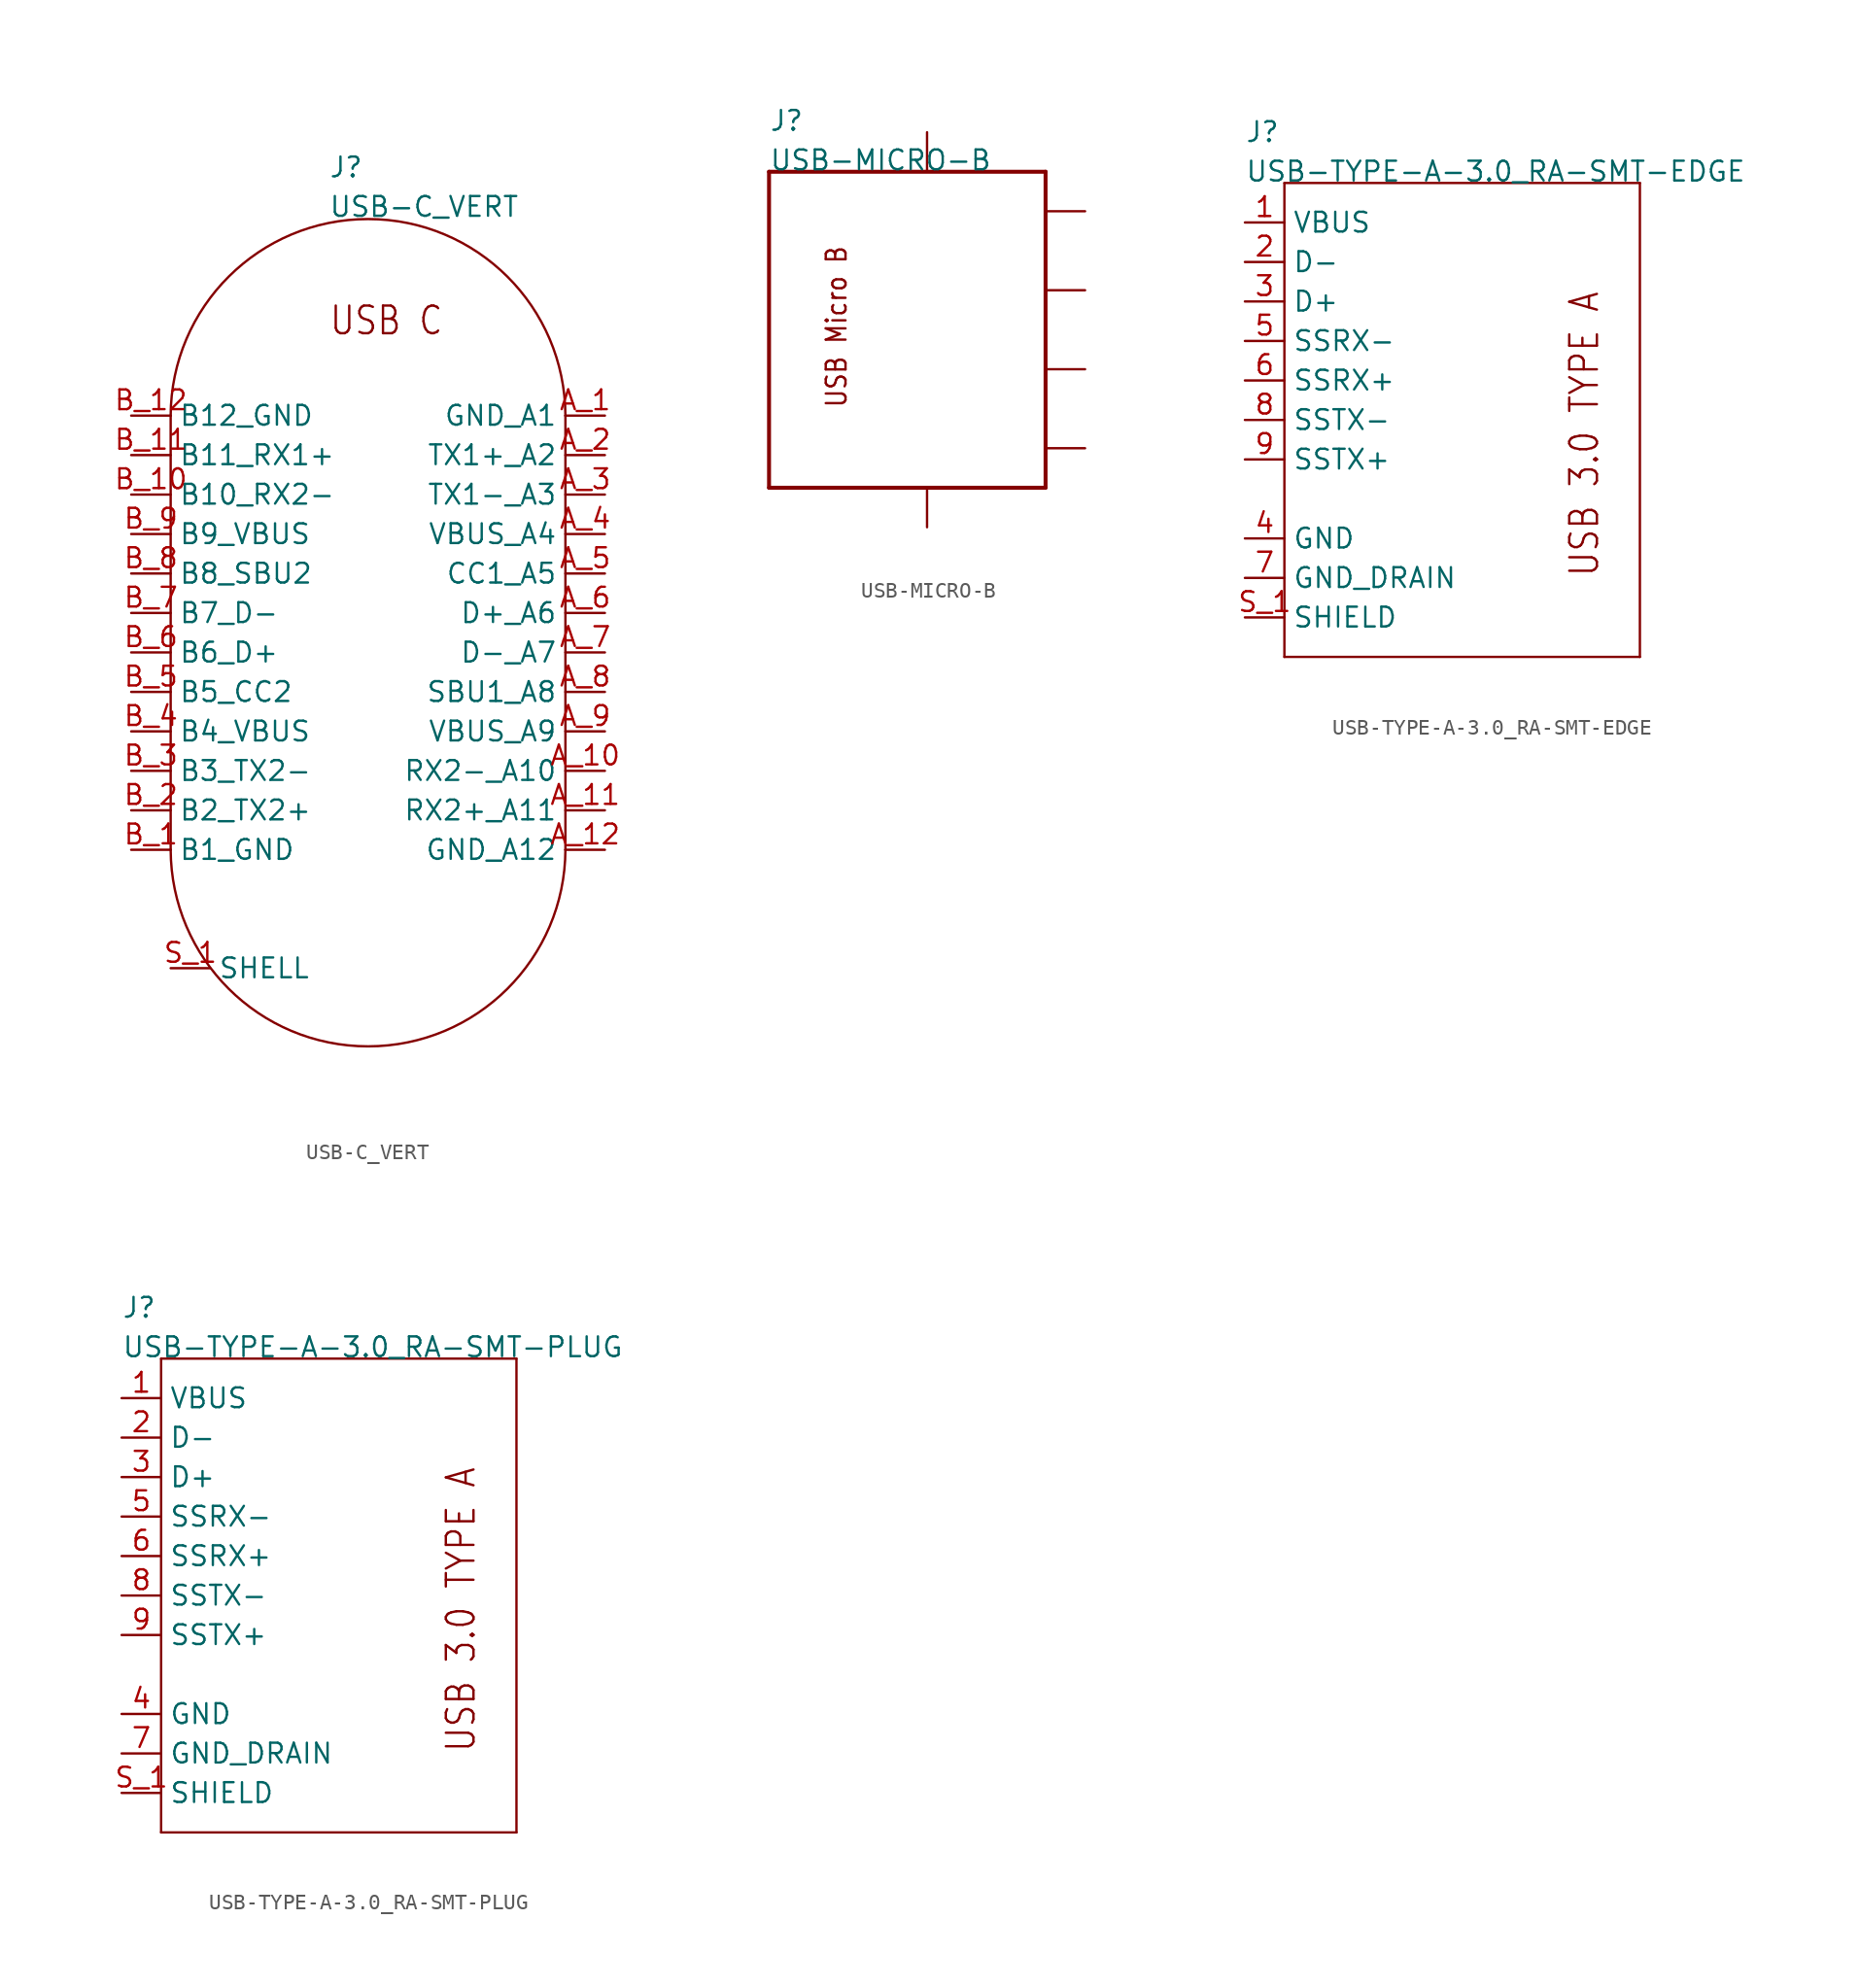
<source format=kicad_sym>
(kicad_symbol_lib
  (version 20211014)
  (generator kicad_symbol_editor)
  (symbol "USB-C_VERT"
    (pin_names)
    (property "Reference" "J"
      (at -2.54 27.94 0)
      (effects (font (size 1.27 1.27)) (justify left bottom)))
    (property "Value" "USB-C_VERT"
      (at -2.54 25.4 0)
      (effects (font (size 1.27 1.27)) (justify left bottom)))
    (property "Datasheet" ""
      (at 0 0 0))
    (property "ki_fp_filters" "FlashPCB_Connectors:USB-C_VERT_ASS_AUSB1-DFN-HSR4"
      (at 0 0 0))
    (symbol "USB-C_VERT_1_1"
      (text "USB C" (at -2.54 17.78 0) (effects (font (size 1.778 1.52)) (justify left bottom)))
      (polyline (pts (xy -12.7 12.7) (xy -12.7 -15.24)) (stroke (width 0.152)) (fill (type none)))
      (arc (start -12.7 -15.24) (mid 0 -27.939999999999998) (end 12.7 -15.24) (stroke (width 0.1524) (type default)) (fill (type none)))
      (polyline (pts (xy 12.7 -15.24) (xy 12.7 12.7)) (stroke (width 0.152)) (fill (type none)))
      (arc (start 12.7 12.7) (mid 0 25.4) (end -12.7 12.7) (stroke (width 0.1524) (type default)) (fill (type none)))
      (pin bidirectional line (at 15.24 12.7 180) (length 2.54) (name "GND_A1" (effects (font (size 1.27 1.27)))) (number "A_1" (effects (font (size 1.27 1.27)))))
      (pin bidirectional line (at 15.24 10.16 180) (length 2.54) (name "TX1+_A2" (effects (font (size 1.27 1.27)))) (number "A_2" (effects (font (size 1.27 1.27)))))
      (pin bidirectional line (at 15.24 7.62 180) (length 2.54) (name "TX1-_A3" (effects (font (size 1.27 1.27)))) (number "A_3" (effects (font (size 1.27 1.27)))))
      (pin bidirectional line (at 15.24 5.08 180) (length 2.54) (name "VBUS_A4" (effects (font (size 1.27 1.27)))) (number "A_4" (effects (font (size 1.27 1.27)))))
      (pin bidirectional line (at 15.24 2.54 180) (length 2.54) (name "CC1_A5" (effects (font (size 1.27 1.27)))) (number "A_5" (effects (font (size 1.27 1.27)))))
      (pin bidirectional line (at 15.24 0 180) (length 2.54) (name "D+_A6" (effects (font (size 1.27 1.27)))) (number "A_6" (effects (font (size 1.27 1.27)))))
      (pin bidirectional line (at 15.24 -2.54 180) (length 2.54) (name "D-_A7" (effects (font (size 1.27 1.27)))) (number "A_7" (effects (font (size 1.27 1.27)))))
      (pin bidirectional line (at 15.24 -5.08 180) (length 2.54) (name "SBU1_A8" (effects (font (size 1.27 1.27)))) (number "A_8" (effects (font (size 1.27 1.27)))))
      (pin bidirectional line (at 15.24 -7.62 180) (length 2.54) (name "VBUS_A9" (effects (font (size 1.27 1.27)))) (number "A_9" (effects (font (size 1.27 1.27)))))
      (pin bidirectional line (at 15.24 -10.16 180) (length 2.54) (name "RX2-_A10" (effects (font (size 1.27 1.27)))) (number "A_10" (effects (font (size 1.27 1.27)))))
      (pin bidirectional line (at 15.24 -12.7 180) (length 2.54) (name "RX2+_A11" (effects (font (size 1.27 1.27)))) (number "A_11" (effects (font (size 1.27 1.27)))))
      (pin bidirectional line (at 15.24 -15.24 180) (length 2.54) (name "GND_A12" (effects (font (size 1.27 1.27)))) (number "A_12" (effects (font (size 1.27 1.27)))))
      (pin bidirectional line (at -15.24 -15.24 0) (length 2.54) (name "B1_GND" (effects (font (size 1.27 1.27)))) (number "B_1" (effects (font (size 1.27 1.27)))))
      (pin bidirectional line (at -15.24 -12.7 0) (length 2.54) (name "B2_TX2+" (effects (font (size 1.27 1.27)))) (number "B_2" (effects (font (size 1.27 1.27)))))
      (pin bidirectional line (at -15.24 -10.16 0) (length 2.54) (name "B3_TX2-" (effects (font (size 1.27 1.27)))) (number "B_3" (effects (font (size 1.27 1.27)))))
      (pin bidirectional line (at -15.24 -7.62 0) (length 2.54) (name "B4_VBUS" (effects (font (size 1.27 1.27)))) (number "B_4" (effects (font (size 1.27 1.27)))))
      (pin bidirectional line (at -15.24 -5.08 0) (length 2.54) (name "B5_CC2" (effects (font (size 1.27 1.27)))) (number "B_5" (effects (font (size 1.27 1.27)))))
      (pin bidirectional line (at -15.24 -2.54 0) (length 2.54) (name "B6_D+" (effects (font (size 1.27 1.27)))) (number "B_6" (effects (font (size 1.27 1.27)))))
      (pin bidirectional line (at -15.24 0 0) (length 2.54) (name "B7_D-" (effects (font (size 1.27 1.27)))) (number "B_7" (effects (font (size 1.27 1.27)))))
      (pin bidirectional line (at -15.24 2.54 0) (length 2.54) (name "B8_SBU2" (effects (font (size 1.27 1.27)))) (number "B_8" (effects (font (size 1.27 1.27)))))
      (pin bidirectional line (at -15.24 5.08 0) (length 2.54) (name "B9_VBUS" (effects (font (size 1.27 1.27)))) (number "B_9" (effects (font (size 1.27 1.27)))))
      (pin bidirectional line (at -15.24 7.62 0) (length 2.54) (name "B10_RX2-" (effects (font (size 1.27 1.27)))) (number "B_10" (effects (font (size 1.27 1.27)))))
      (pin bidirectional line (at -15.24 10.16 0) (length 2.54) (name "B11_RX1+" (effects (font (size 1.27 1.27)))) (number "B_11" (effects (font (size 1.27 1.27)))))
      (pin bidirectional line (at -15.24 12.7 0) (length 2.54) (name "B12_GND" (effects (font (size 1.27 1.27)))) (number "B_12" (effects (font (size 1.27 1.27)))))
      (pin bidirectional line (at -12.7 -22.86 0) (length 2.54) (name "SHELL" (effects (font (size 1.27 1.27)))) (number "S_1" (effects (font (size 1.27 1.27)))))
      (pin bidirectional line (at -12.7 -22.86 0) (length 2.54) hide (name "SHELL" (effects (font (size 1.27 1.27)))) (number "S_2" (effects (font (size 1.27 1.27)))))
      (pin bidirectional line (at -12.7 -22.86 0) (length 2.54) hide (name "SHELL" (effects (font (size 1.27 1.27)))) (number "S_3" (effects (font (size 1.27 1.27)))))
      (pin bidirectional line (at -12.7 -22.86 0) (length 2.54) hide (name "SHELL" (effects (font (size 1.27 1.27)))) (number "S_4" (effects (font (size 1.27 1.27)))))))
  (symbol "USB-MICRO-B"
    (pin_names hide)
    (property "Reference" "J"
      (at -12.7 12.7 0)
      (effects (font (size 1.27 1.27)) (justify left bottom)))
    (property "Value" "USB-MICRO-B"
      (at -12.7 10.16 0)
      (effects (font (size 1.27 1.27)) (justify left bottom)))
    (property "Datasheet" ""
      (at 0 0 0))
    (property "ki_fp_filters" "FlashPCB_Connectors:USB-MICRO-B-SMT-RA-AMPH-10118192-0001LF"
      (at 0 0 0))
    (symbol "USB-MICRO-B_1_1"
      (text "USB Micro B" (at -7.62 -5.08 900) (effects (font (size 1.27 1.086)) (justify left bottom)))
      (polyline (pts (xy 5.08 10.16) (xy -12.7 10.16)) (stroke (width 0.254)) (fill (type none)))
      (polyline (pts (xy -12.7 10.16) (xy -12.7 -10.16)) (stroke (width 0.254)) (fill (type none)))
      (polyline (pts (xy -12.7 -10.16) (xy 5.08 -10.16)) (stroke (width 0.254)) (fill (type none)))
      (polyline (pts (xy 5.08 -10.16) (xy 5.08 10.16)) (stroke (width 0.254)) (fill (type none)))
      (pin power_in line (at 7.62 7.62 180) (length 2.54) (name "VCC" (effects (font (size 1.27 1.27)))) (number "1" (effects (font (size 0 0)))))
      (pin bidirectional line (at 7.62 2.54 180) (length 2.54) (name "D-" (effects (font (size 1.27 1.27)))) (number "2" (effects (font (size 0 0)))))
      (pin bidirectional line (at 7.62 -2.54 180) (length 2.54) (name "D+" (effects (font (size 1.27 1.27)))) (number "3" (effects (font (size 0 0)))))
      (pin power_in line (at 7.62 -7.62 180) (length 2.54) (name "GND" (effects (font (size 1.27 1.27)))) (number "5" (effects (font (size 0 0)))))
      (pin bidirectional line (at -2.54 -12.7 90) (length 2.54) (name "SHELL" (effects (font (size 1.27 1.27)))) (number "SHELL1" (effects (font (size 0 0)))))
      (pin bidirectional line (at -2.54 -12.7 90) (length 2.54) hide (name "SHELL" (effects (font (size 1.27 1.27)))) (number "SHELL2" (effects (font (size 0 0)))))
      (pin bidirectional line (at -2.54 -12.7 90) (length 2.54) hide (name "SHELL" (effects (font (size 1.27 1.27)))) (number "SHELL3" (effects (font (size 0 0)))))
      (pin bidirectional line (at -2.54 -12.7 90) (length 2.54) hide (name "SHELL" (effects (font (size 1.27 1.27)))) (number "SHELL4" (effects (font (size 0 0)))))
      (pin bidirectional line (at -2.54 -12.7 90) (length 2.54) hide (name "SHELL" (effects (font (size 1.27 1.27)))) (number "SHELL5" (effects (font (size 0 0)))))
      (pin bidirectional line (at -2.54 -12.7 90) (length 2.54) hide (name "SHELL" (effects (font (size 1.27 1.27)))) (number "SHELL6" (effects (font (size 0 0)))))
      (pin bidirectional line (at -2.54 12.7 270) (length 2.54) (name "ID" (effects (font (size 1.27 1.27)))) (number "4" (effects (font (size 0 0)))))))
  (symbol "USB-TYPE-A-3.0_RA-SMT-EDGE"
    (pin_names)
    (property "Reference" "J"
      (at -15.24 17.78 0)
      (effects (font (size 1.27 1.27)) (justify left bottom)))
    (property "Value" "USB-TYPE-A-3.0_RA-SMT-EDGE"
      (at -15.24 15.24 0)
      (effects (font (size 1.27 1.27)) (justify left bottom)))
    (property "Datasheet" ""
      (at 0 0 0))
    (property "ki_description" "USB 3.0 Type A    Technical Specifications:    USB: 3.0   Type: A     "
      (at 0 0 0))
    (property "ki_fp_filters" "FlashPCB_Connectors:USB-A-3.0-RA-SMT-CNC-1003-002-01100"
      (at 0 0 0))
    (symbol "USB-TYPE-A-3.0_RA-SMT-EDGE_1_1"
      (text "USB 3.0 TYPE A" (at 7.62 -10.16 900) (effects (font (size 1.778 1.52)) (justify left bottom)))
      (polyline (pts (xy -12.7 15.24) (xy 10.16 15.24)) (stroke (width 0.152)) (fill (type none)))
      (polyline (pts (xy 10.16 15.24) (xy 10.16 -15.24)) (stroke (width 0.152)) (fill (type none)))
      (polyline (pts (xy 10.16 -15.24) (xy -12.7 -15.24)) (stroke (width 0.152)) (fill (type none)))
      (polyline (pts (xy -12.7 -15.24) (xy -12.7 15.24)) (stroke (width 0.152)) (fill (type none)))
      (pin bidirectional line (at -15.24 12.7 0) (length 2.54) (name "VBUS" (effects (font (size 1.27 1.27)))) (number "1" (effects (font (size 1.27 1.27)))))
      (pin bidirectional line (at -15.24 -2.54 0) (length 2.54) (name "SSTX+" (effects (font (size 1.27 1.27)))) (number "9" (effects (font (size 1.27 1.27)))))
      (pin bidirectional line (at -15.24 0 0) (length 2.54) (name "SSTX-" (effects (font (size 1.27 1.27)))) (number "8" (effects (font (size 1.27 1.27)))))
      (pin bidirectional line (at -15.24 -12.7 0) (length 2.54) (name "SHIELD" (effects (font (size 1.27 1.27)))) (number "S_1" (effects (font (size 1.27 1.27)))))
      (pin bidirectional line (at -15.24 -12.7 0) (length 2.54) hide (name "SHIELD" (effects (font (size 1.27 1.27)))) (number "S_2" (effects (font (size 1.27 1.27)))))
      (pin bidirectional line (at -15.24 -12.7 0) (length 2.54) hide (name "SHIELD" (effects (font (size 1.27 1.27)))) (number "S_3" (effects (font (size 1.27 1.27)))))
      (pin bidirectional line (at -15.24 -12.7 0) (length 2.54) hide (name "SHIELD" (effects (font (size 1.27 1.27)))) (number "S_4" (effects (font (size 1.27 1.27)))))
      (pin bidirectional line (at -15.24 -7.62 0) (length 2.54) (name "GND" (effects (font (size 1.27 1.27)))) (number "4" (effects (font (size 1.27 1.27)))))
      (pin bidirectional line (at -15.24 -10.16 0) (length 2.54) (name "GND_DRAIN" (effects (font (size 1.27 1.27)))) (number "7" (effects (font (size 1.27 1.27)))))
      (pin bidirectional line (at -15.24 2.54 0) (length 2.54) (name "SSRX+" (effects (font (size 1.27 1.27)))) (number "6" (effects (font (size 1.27 1.27)))))
      (pin bidirectional line (at -15.24 5.08 0) (length 2.54) (name "SSRX-" (effects (font (size 1.27 1.27)))) (number "5" (effects (font (size 1.27 1.27)))))
      (pin bidirectional line (at -15.24 10.16 0) (length 2.54) (name "D-" (effects (font (size 1.27 1.27)))) (number "2" (effects (font (size 1.27 1.27)))))
      (pin bidirectional line (at -15.24 7.62 0) (length 2.54) (name "D+" (effects (font (size 1.27 1.27)))) (number "3" (effects (font (size 1.27 1.27)))))))
  (symbol "USB-TYPE-A-3.0_RA-SMT-PLUG"
    (pin_names)
    (property "Reference" "J"
      (at -15.24 17.78 0)
      (effects (font (size 1.27 1.27)) (justify left bottom)))
    (property "Value" "USB-TYPE-A-3.0_RA-SMT-PLUG"
      (at -15.24 15.24 0)
      (effects (font (size 1.27 1.27)) (justify left bottom)))
    (property "Datasheet" ""
      (at 0 0 0))
    (property "ki_description" "USB 3.0 Type A    Technical Specifications:    USB: 3.0   Type: A     "
      (at 0 0 0))
    (property "ki_fp_filters" "FlashPCB_Connectors:USB-A-3.0-SMT-RA-AMPH-GSB416445CHR"
      (at 0 0 0))
    (symbol "USB-TYPE-A-3.0_RA-SMT-PLUG_1_1"
      (text "USB 3.0 TYPE A" (at 7.62 -10.16 900) (effects (font (size 1.778 1.52)) (justify left bottom)))
      (polyline (pts (xy -12.7 15.24) (xy 10.16 15.24)) (stroke (width 0.152)) (fill (type none)))
      (polyline (pts (xy 10.16 15.24) (xy 10.16 -15.24)) (stroke (width 0.152)) (fill (type none)))
      (polyline (pts (xy 10.16 -15.24) (xy -12.7 -15.24)) (stroke (width 0.152)) (fill (type none)))
      (polyline (pts (xy -12.7 -15.24) (xy -12.7 15.24)) (stroke (width 0.152)) (fill (type none)))
      (pin bidirectional line (at -15.24 12.7 0) (length 2.54) (name "VBUS" (effects (font (size 1.27 1.27)))) (number "1" (effects (font (size 1.27 1.27)))))
      (pin bidirectional line (at -15.24 -2.54 0) (length 2.54) (name "SSTX+" (effects (font (size 1.27 1.27)))) (number "9" (effects (font (size 1.27 1.27)))))
      (pin bidirectional line (at -15.24 0 0) (length 2.54) (name "SSTX-" (effects (font (size 1.27 1.27)))) (number "8" (effects (font (size 1.27 1.27)))))
      (pin bidirectional line (at -15.24 -12.7 0) (length 2.54) (name "SHIELD" (effects (font (size 1.27 1.27)))) (number "S_1" (effects (font (size 1.27 1.27)))))
      (pin bidirectional line (at -15.24 -12.7 0) (length 2.54) hide (name "SHIELD" (effects (font (size 1.27 1.27)))) (number "S_2" (effects (font (size 1.27 1.27)))))
      (pin bidirectional line (at -15.24 -7.62 0) (length 2.54) (name "GND" (effects (font (size 1.27 1.27)))) (number "4" (effects (font (size 1.27 1.27)))))
      (pin bidirectional line (at -15.24 -10.16 0) (length 2.54) (name "GND_DRAIN" (effects (font (size 1.27 1.27)))) (number "7" (effects (font (size 1.27 1.27)))))
      (pin bidirectional line (at -15.24 2.54 0) (length 2.54) (name "SSRX+" (effects (font (size 1.27 1.27)))) (number "6" (effects (font (size 1.27 1.27)))))
      (pin bidirectional line (at -15.24 5.08 0) (length 2.54) (name "SSRX-" (effects (font (size 1.27 1.27)))) (number "5" (effects (font (size 1.27 1.27)))))
      (pin bidirectional line (at -15.24 10.16 0) (length 2.54) (name "D-" (effects (font (size 1.27 1.27)))) (number "2" (effects (font (size 1.27 1.27)))))
      (pin bidirectional line (at -15.24 7.62 0) (length 2.54) (name "D+" (effects (font (size 1.27 1.27)))) (number "3" (effects (font (size 1.27 1.27))))))))
</source>
